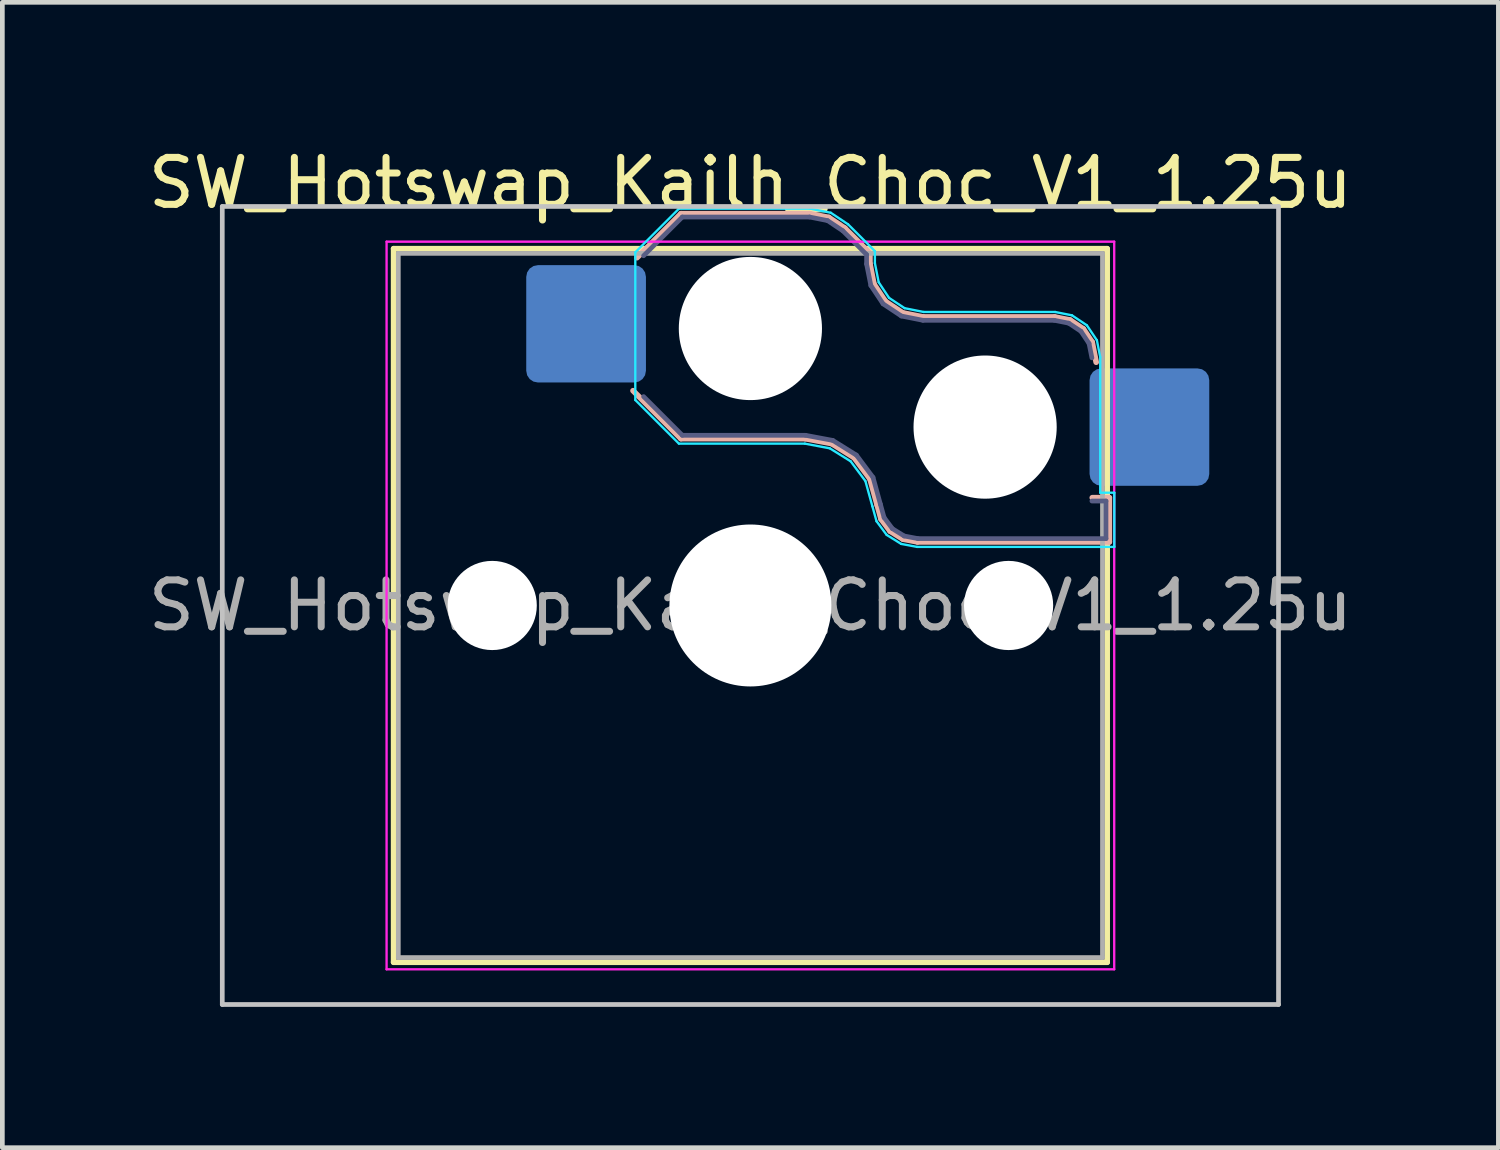
<source format=kicad_pcb>
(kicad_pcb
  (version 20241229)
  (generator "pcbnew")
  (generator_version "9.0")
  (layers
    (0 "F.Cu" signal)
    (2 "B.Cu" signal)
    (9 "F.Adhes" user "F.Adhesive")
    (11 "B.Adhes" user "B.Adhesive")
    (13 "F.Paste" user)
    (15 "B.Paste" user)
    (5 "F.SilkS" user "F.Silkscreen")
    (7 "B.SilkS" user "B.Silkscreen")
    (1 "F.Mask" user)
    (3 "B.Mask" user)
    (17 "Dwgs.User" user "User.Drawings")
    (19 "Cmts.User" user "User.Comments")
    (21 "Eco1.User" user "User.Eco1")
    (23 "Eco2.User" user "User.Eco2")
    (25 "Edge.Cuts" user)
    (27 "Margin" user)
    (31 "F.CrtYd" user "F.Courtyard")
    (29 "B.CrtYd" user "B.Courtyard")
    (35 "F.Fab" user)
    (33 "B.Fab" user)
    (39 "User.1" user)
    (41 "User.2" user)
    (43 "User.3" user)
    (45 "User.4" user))
  (footprint "SW_Hotswap_Kailh_Choc_V1_1.25u"
    (layer "F.Cu")
    (at 12.935 9.848)
    (property "Reference" "SW_Hotswap_Kailh_Choc_V1_1.25u" (at 0 -9 0) (layer "F.SilkS") (effects (font (size 1 1) (thickness 0.15))))
    (attr smd)
    (fp_line (start -7.6 -7.6) (end -7.6 7.6) (stroke (width 0.12) (type solid)) (layer "F.SilkS"))
    (fp_line (start -7.6 7.6) (end 7.6 7.6) (stroke (width 0.12) (type solid)) (layer "F.SilkS"))
    (fp_line (start 7.6 -7.6) (end -7.6 -7.6) (stroke (width 0.12) (type solid)) (layer "F.SilkS"))
    (fp_line (start 7.6 7.6) (end 7.6 -7.6) (stroke (width 0.12) (type solid)) (layer "F.SilkS"))
    (fp_line (start -2.416 -7.409) (end -1.479 -8.346) (stroke (width 0.12) (type solid)) (layer "B.SilkS"))
    (fp_line (start -1.479 -8.346) (end 1.268 -8.346) (stroke (width 0.12) (type solid)) (layer "B.SilkS"))
    (fp_line (start -1.479 -3.554) (end -2.5 -4.575) (stroke (width 0.12) (type solid)) (layer "B.SilkS"))
    (fp_line (start 1.168 -3.554) (end -1.479 -3.554) (stroke (width 0.12) (type solid)) (layer "B.SilkS"))
    (fp_line (start 1.268 -8.346) (end 1.671 -8.266) (stroke (width 0.12) (type solid)) (layer "B.SilkS"))
    (fp_line (start 1.671 -8.266) (end 2.013 -8.037) (stroke (width 0.12) (type solid)) (layer "B.SilkS"))
    (fp_line (start 1.73 -3.449) (end 1.168 -3.554) (stroke (width 0.12) (type solid)) (layer "B.SilkS"))
    (fp_line (start 2.013 -8.037) (end 2.546 -7.504) (stroke (width 0.12) (type solid)) (layer "B.SilkS"))
    (fp_line (start 2.209 -3.15) (end 1.73 -3.449) (stroke (width 0.12) (type solid)) (layer "B.SilkS"))
    (fp_line (start 2.546 -7.504) (end 2.546 -7.282) (stroke (width 0.12) (type solid)) (layer "B.SilkS"))
    (fp_line (start 2.546 -7.282) (end 2.633 -6.844) (stroke (width 0.12) (type solid)) (layer "B.SilkS"))
    (fp_line (start 2.547 -2.697) (end 2.209 -3.15) (stroke (width 0.12) (type solid)) (layer "B.SilkS"))
    (fp_line (start 2.633 -6.844) (end 2.877 -6.477) (stroke (width 0.12) (type solid)) (layer "B.SilkS"))
    (fp_line (start 2.701 -2.139) (end 2.547 -2.697) (stroke (width 0.12) (type solid)) (layer "B.SilkS"))
    (fp_line (start 2.783 -1.841) (end 2.701 -2.139) (stroke (width 0.12) (type solid)) (layer "B.SilkS"))
    (fp_line (start 2.877 -6.477) (end 3.244 -6.233) (stroke (width 0.12) (type solid)) (layer "B.SilkS"))
    (fp_line (start 2.976 -1.583) (end 2.783 -1.841) (stroke (width 0.12) (type solid)) (layer "B.SilkS"))
    (fp_line (start 3.244 -6.233) (end 3.682 -6.146) (stroke (width 0.12) (type solid)) (layer "B.SilkS"))
    (fp_line (start 3.25 -1.413) (end 2.976 -1.583) (stroke (width 0.12) (type solid)) (layer "B.SilkS"))
    (fp_line (start 3.56 -1.354) (end 3.25 -1.413) (stroke (width 0.12) (type solid)) (layer "B.SilkS"))
    (fp_line (start 3.682 -6.146) (end 6.482 -6.146) (stroke (width 0.12) (type solid)) (layer "B.SilkS"))
    (fp_line (start 6.482 -6.146) (end 6.809 -6.081) (stroke (width 0.12) (type solid)) (layer "B.SilkS"))
    (fp_line (start 6.809 -6.081) (end 7.092 -5.892) (stroke (width 0.12) (type solid)) (layer "B.SilkS"))
    (fp_line (start 7.092 -5.892) (end 7.281 -5.609) (stroke (width 0.12) (type solid)) (layer "B.SilkS"))
    (fp_line (start 7.281 -5.609) (end 7.366 -5.182) (stroke (width 0.12) (type solid)) (layer "B.SilkS"))
    (fp_line (start 7.283 -2.296) (end 7.646 -2.296) (stroke (width 0.12) (type solid)) (layer "B.SilkS"))
    (fp_line (start 7.646 -2.296) (end 7.646 -1.354) (stroke (width 0.12) (type solid)) (layer "B.SilkS"))
    (fp_line (start 7.646 -1.354) (end 3.56 -1.354) (stroke (width 0.12) (type solid)) (layer "B.SilkS"))
    (fp_line (start -11.25 -8.5) (end -11.25 8.5) (stroke (width 0.1) (type solid)) (layer "Dwgs.User"))
    (fp_line (start -11.25 8.5) (end 11.25 8.5) (stroke (width 0.1) (type solid)) (layer "Dwgs.User"))
    (fp_line (start 11.25 -8.5) (end -11.25 -8.5) (stroke (width 0.1) (type solid)) (layer "Dwgs.User"))
    (fp_line (start 11.25 8.5) (end 11.25 -8.5) (stroke (width 0.1) (type solid)) (layer "Dwgs.User"))
    (fp_line (start -7.25 -7.25) (end -7.25 7.25) (stroke (width 0.1) (type solid)) (layer "Eco1.User"))
    (fp_line (start -7.25 7.25) (end 7.25 7.25) (stroke (width 0.1) (type solid)) (layer "Eco1.User"))
    (fp_line (start 7.25 -7.25) (end -7.25 -7.25) (stroke (width 0.1) (type solid)) (layer "Eco1.User"))
    (fp_line (start 7.25 7.25) (end 7.25 -7.25) (stroke (width 0.1) (type solid)) (layer "Eco1.User"))
    (fp_line (start -2.452 -7.523) (end -1.523 -8.452) (stroke (width 0.05) (type solid)) (layer "B.CrtYd"))
    (fp_line (start -2.452 -4.377) (end -2.452 -7.523) (stroke (width 0.05) (type solid)) (layer "B.CrtYd"))
    (fp_line (start -1.523 -8.452) (end 1.278 -8.452) (stroke (width 0.05) (type solid)) (layer "B.CrtYd"))
    (fp_line (start -1.523 -3.448) (end -2.452 -4.377) (stroke (width 0.05) (type solid)) (layer "B.CrtYd"))
    (fp_line (start 1.159 -3.448) (end -1.523 -3.448) (stroke (width 0.05) (type solid)) (layer "B.CrtYd"))
    (fp_line (start 1.278 -8.452) (end 1.712 -8.366) (stroke (width 0.05) (type solid)) (layer "B.CrtYd"))
    (fp_line (start 1.691 -3.348) (end 1.159 -3.448) (stroke (width 0.05) (type solid)) (layer "B.CrtYd"))
    (fp_line (start 1.712 -8.366) (end 2.081 -8.119) (stroke (width 0.05) (type solid)) (layer "B.CrtYd"))
    (fp_line (start 2.081 -8.119) (end 2.652 -7.548) (stroke (width 0.05) (type solid)) (layer "B.CrtYd"))
    (fp_line (start 2.136 -3.071) (end 1.691 -3.348) (stroke (width 0.05) (type solid)) (layer "B.CrtYd"))
    (fp_line (start 2.45 -2.65) (end 2.136 -3.071) (stroke (width 0.05) (type solid)) (layer "B.CrtYd"))
    (fp_line (start 2.599 -2.111) (end 2.45 -2.65) (stroke (width 0.05) (type solid)) (layer "B.CrtYd"))
    (fp_line (start 2.652 -7.548) (end 2.652 -7.292) (stroke (width 0.05) (type solid)) (layer "B.CrtYd"))
    (fp_line (start 2.652 -7.292) (end 2.733 -6.885) (stroke (width 0.05) (type solid)) (layer "B.CrtYd"))
    (fp_line (start 2.687 -1.794) (end 2.599 -2.111) (stroke (width 0.05) (type solid)) (layer "B.CrtYd"))
    (fp_line (start 2.733 -6.885) (end 2.953 -6.553) (stroke (width 0.05) (type solid)) (layer "B.CrtYd"))
    (fp_line (start 2.903 -1.503) (end 2.687 -1.794) (stroke (width 0.05) (type solid)) (layer "B.CrtYd"))
    (fp_line (start 2.953 -6.553) (end 3.285 -6.333) (stroke (width 0.05) (type solid)) (layer "B.CrtYd"))
    (fp_line (start 3.211 -1.312) (end 2.903 -1.503) (stroke (width 0.05) (type solid)) (layer "B.CrtYd"))
    (fp_line (start 3.285 -6.333) (end 3.692 -6.252) (stroke (width 0.05) (type solid)) (layer "B.CrtYd"))
    (fp_line (start 3.55 -1.248) (end 3.211 -1.312) (stroke (width 0.05) (type solid)) (layer "B.CrtYd"))
    (fp_line (start 3.692 -6.252) (end 6.492 -6.252) (stroke (width 0.05) (type solid)) (layer "B.CrtYd"))
    (fp_line (start 6.492 -6.252) (end 6.85 -6.181) (stroke (width 0.05) (type solid)) (layer "B.CrtYd"))
    (fp_line (start 6.85 -6.181) (end 7.168 -5.968) (stroke (width 0.05) (type solid)) (layer "B.CrtYd"))
    (fp_line (start 7.168 -5.968) (end 7.381 -5.65) (stroke (width 0.05) (type solid)) (layer "B.CrtYd"))
    (fp_line (start 7.381 -5.65) (end 7.452 -5.292) (stroke (width 0.05) (type solid)) (layer "B.CrtYd"))
    (fp_line (start 7.452 -5.292) (end 7.452 -2.402) (stroke (width 0.05) (type solid)) (layer "B.CrtYd"))
    (fp_line (start 7.452 -2.402) (end 7.752 -2.402) (stroke (width 0.05) (type solid)) (layer "B.CrtYd"))
    (fp_line (start 7.752 -2.402) (end 7.752 -1.248) (stroke (width 0.05) (type solid)) (layer "B.CrtYd"))
    (fp_line (start 7.752 -1.248) (end 3.55 -1.248) (stroke (width 0.05) (type solid)) (layer "B.CrtYd"))
    (fp_line (start -7.75 -7.75) (end -7.75 7.75) (stroke (width 0.05) (type solid)) (layer "F.CrtYd"))
    (fp_line (start -7.75 7.75) (end 7.75 7.75) (stroke (width 0.05) (type solid)) (layer "F.CrtYd"))
    (fp_line (start 7.75 -7.75) (end -7.75 -7.75) (stroke (width 0.05) (type solid)) (layer "F.CrtYd"))
    (fp_line (start 7.75 7.75) (end 7.75 -7.75) (stroke (width 0.05) (type solid)) (layer "F.CrtYd"))
    (fp_line (start -2.275 -7.45) (end -1.45 -8.275) (stroke (width 0.1) (type solid)) (layer "B.Fab"))
    (fp_line (start -1.45 -8.275) (end 1.261 -8.275) (stroke (width 0.1) (type solid)) (layer "B.Fab"))
    (fp_line (start -1.45 -3.625) (end -2.275 -4.45) (stroke (width 0.1) (type solid)) (layer "B.Fab"))
    (fp_line (start 1.175 -3.625) (end -1.45 -3.625) (stroke (width 0.1) (type solid)) (layer "B.Fab"))
    (fp_line (start 1.261 -8.275) (end 1.643 -8.199) (stroke (width 0.1) (type solid)) (layer "B.Fab"))
    (fp_line (start 1.643 -8.199) (end 1.968 -7.982) (stroke (width 0.1) (type solid)) (layer "B.Fab"))
    (fp_line (start 1.756 -3.516) (end 1.175 -3.625) (stroke (width 0.1) (type solid)) (layer "B.Fab"))
    (fp_line (start 1.968 -7.982) (end 2.475 -7.475) (stroke (width 0.1) (type solid)) (layer "B.Fab"))
    (fp_line (start 2.258 -3.203) (end 1.756 -3.516) (stroke (width 0.1) (type solid)) (layer "B.Fab"))
    (fp_line (start 2.475 -7.475) (end 2.475 -7.275) (stroke (width 0.1) (type solid)) (layer "B.Fab"))
    (fp_line (start 2.475 -7.275) (end 2.566 -6.816) (stroke (width 0.1) (type solid)) (layer "B.Fab"))
    (fp_line (start 2.566 -6.816) (end 2.826 -6.426) (stroke (width 0.1) (type solid)) (layer "B.Fab"))
    (fp_line (start 2.612 -2.729) (end 2.258 -3.203) (stroke (width 0.1) (type solid)) (layer "B.Fab"))
    (fp_line (start 2.769 -2.158) (end 2.612 -2.729) (stroke (width 0.1) (type solid)) (layer "B.Fab"))
    (fp_line (start 2.826 -6.426) (end 3.216 -6.166) (stroke (width 0.1) (type solid)) (layer "B.Fab"))
    (fp_line (start 2.848 -1.873) (end 2.769 -2.158) (stroke (width 0.1) (type solid)) (layer "B.Fab"))
    (fp_line (start 3.025 -1.636) (end 2.848 -1.873) (stroke (width 0.1) (type solid)) (layer "B.Fab"))
    (fp_line (start 3.216 -6.166) (end 3.675 -6.075) (stroke (width 0.1) (type solid)) (layer "B.Fab"))
    (fp_line (start 3.276 -1.48) (end 3.025 -1.636) (stroke (width 0.1) (type solid)) (layer "B.Fab"))
    (fp_line (start 3.567 -1.425) (end 3.276 -1.48) (stroke (width 0.1) (type solid)) (layer "B.Fab"))
    (fp_line (start 3.675 -6.075) (end 6.475 -6.075) (stroke (width 0.1) (type solid)) (layer "B.Fab"))
    (fp_line (start 6.475 -6.075) (end 6.781 -6.014) (stroke (width 0.1) (type solid)) (layer "B.Fab"))
    (fp_line (start 6.781 -6.014) (end 7.041 -5.841) (stroke (width 0.1) (type solid)) (layer "B.Fab"))
    (fp_line (start 7.041 -5.841) (end 7.214 -5.581) (stroke (width 0.1) (type solid)) (layer "B.Fab"))
    (fp_line (start 7.214 -5.581) (end 7.275 -5.275) (stroke (width 0.1) (type solid)) (layer "B.Fab"))
    (fp_line (start 7.275 -2.225) (end 7.575 -2.225) (stroke (width 0.1) (type solid)) (layer "B.Fab"))
    (fp_line (start 7.575 -2.225) (end 7.575 -1.425) (stroke (width 0.1) (type solid)) (layer "B.Fab"))
    (fp_line (start 7.575 -1.425) (end 3.567 -1.425) (stroke (width 0.1) (type solid)) (layer "B.Fab"))
    (fp_line (start -7.5 -7.5) (end -7.5 7.5) (stroke (width 0.1) (type solid)) (layer "F.Fab"))
    (fp_line (start -7.5 7.5) (end 7.5 7.5) (stroke (width 0.1) (type solid)) (layer "F.Fab"))
    (fp_line (start 7.5 -7.5) (end -7.5 -7.5) (stroke (width 0.1) (type solid)) (layer "F.Fab"))
    (fp_line (start 7.5 7.5) (end 7.5 -7.5) (stroke (width 0.1) (type solid)) (layer "F.Fab"))
    (fp_text user "${REFERENCE}" (at 0 0 0) (layer "F.Fab") (effects (font (size 1 1) (thickness 0.15))))
    (pad "" np_thru_hole circle (at -5.5 0) (size 1.9 1.9) (drill 1.9) (layers "*.Cu" "*.Mask"))
    (pad "" np_thru_hole circle (at 0 -5.9) (size 3.05 3.05) (drill 3.05) (layers "*.Cu" "*.Mask"))
    (pad "" np_thru_hole circle (at 0 0) (size 3.45 3.45) (drill 3.45) (layers "*.Cu" "*.Mask"))
    (pad "" np_thru_hole circle (at 5 -3.8) (size 3.05 3.05) (drill 3.05) (layers "*.Cu" "*.Mask"))
    (pad "" np_thru_hole circle (at 5.5 0) (size 1.9 1.9) (drill 1.9) (layers "*.Cu" "*.Mask"))
    (pad "1" smd roundrect (at -3.5 -6) (size 2.55 2.5) (layers "B.Cu" "B.Mask" "B.Paste") (roundrect_rratio 0.1))
    (pad "2" smd roundrect (at 8.5 -3.8) (size 2.55 2.5) (layers "B.Cu" "B.Mask" "B.Paste") (roundrect_rratio 0.1)))
  (gr_rect
    (start -3 -3)
    (end 28.869 21.398)
    (stroke (width 0.1) (type default))
    (fill no)
    (layer "Edge.Cuts")))
</source>
